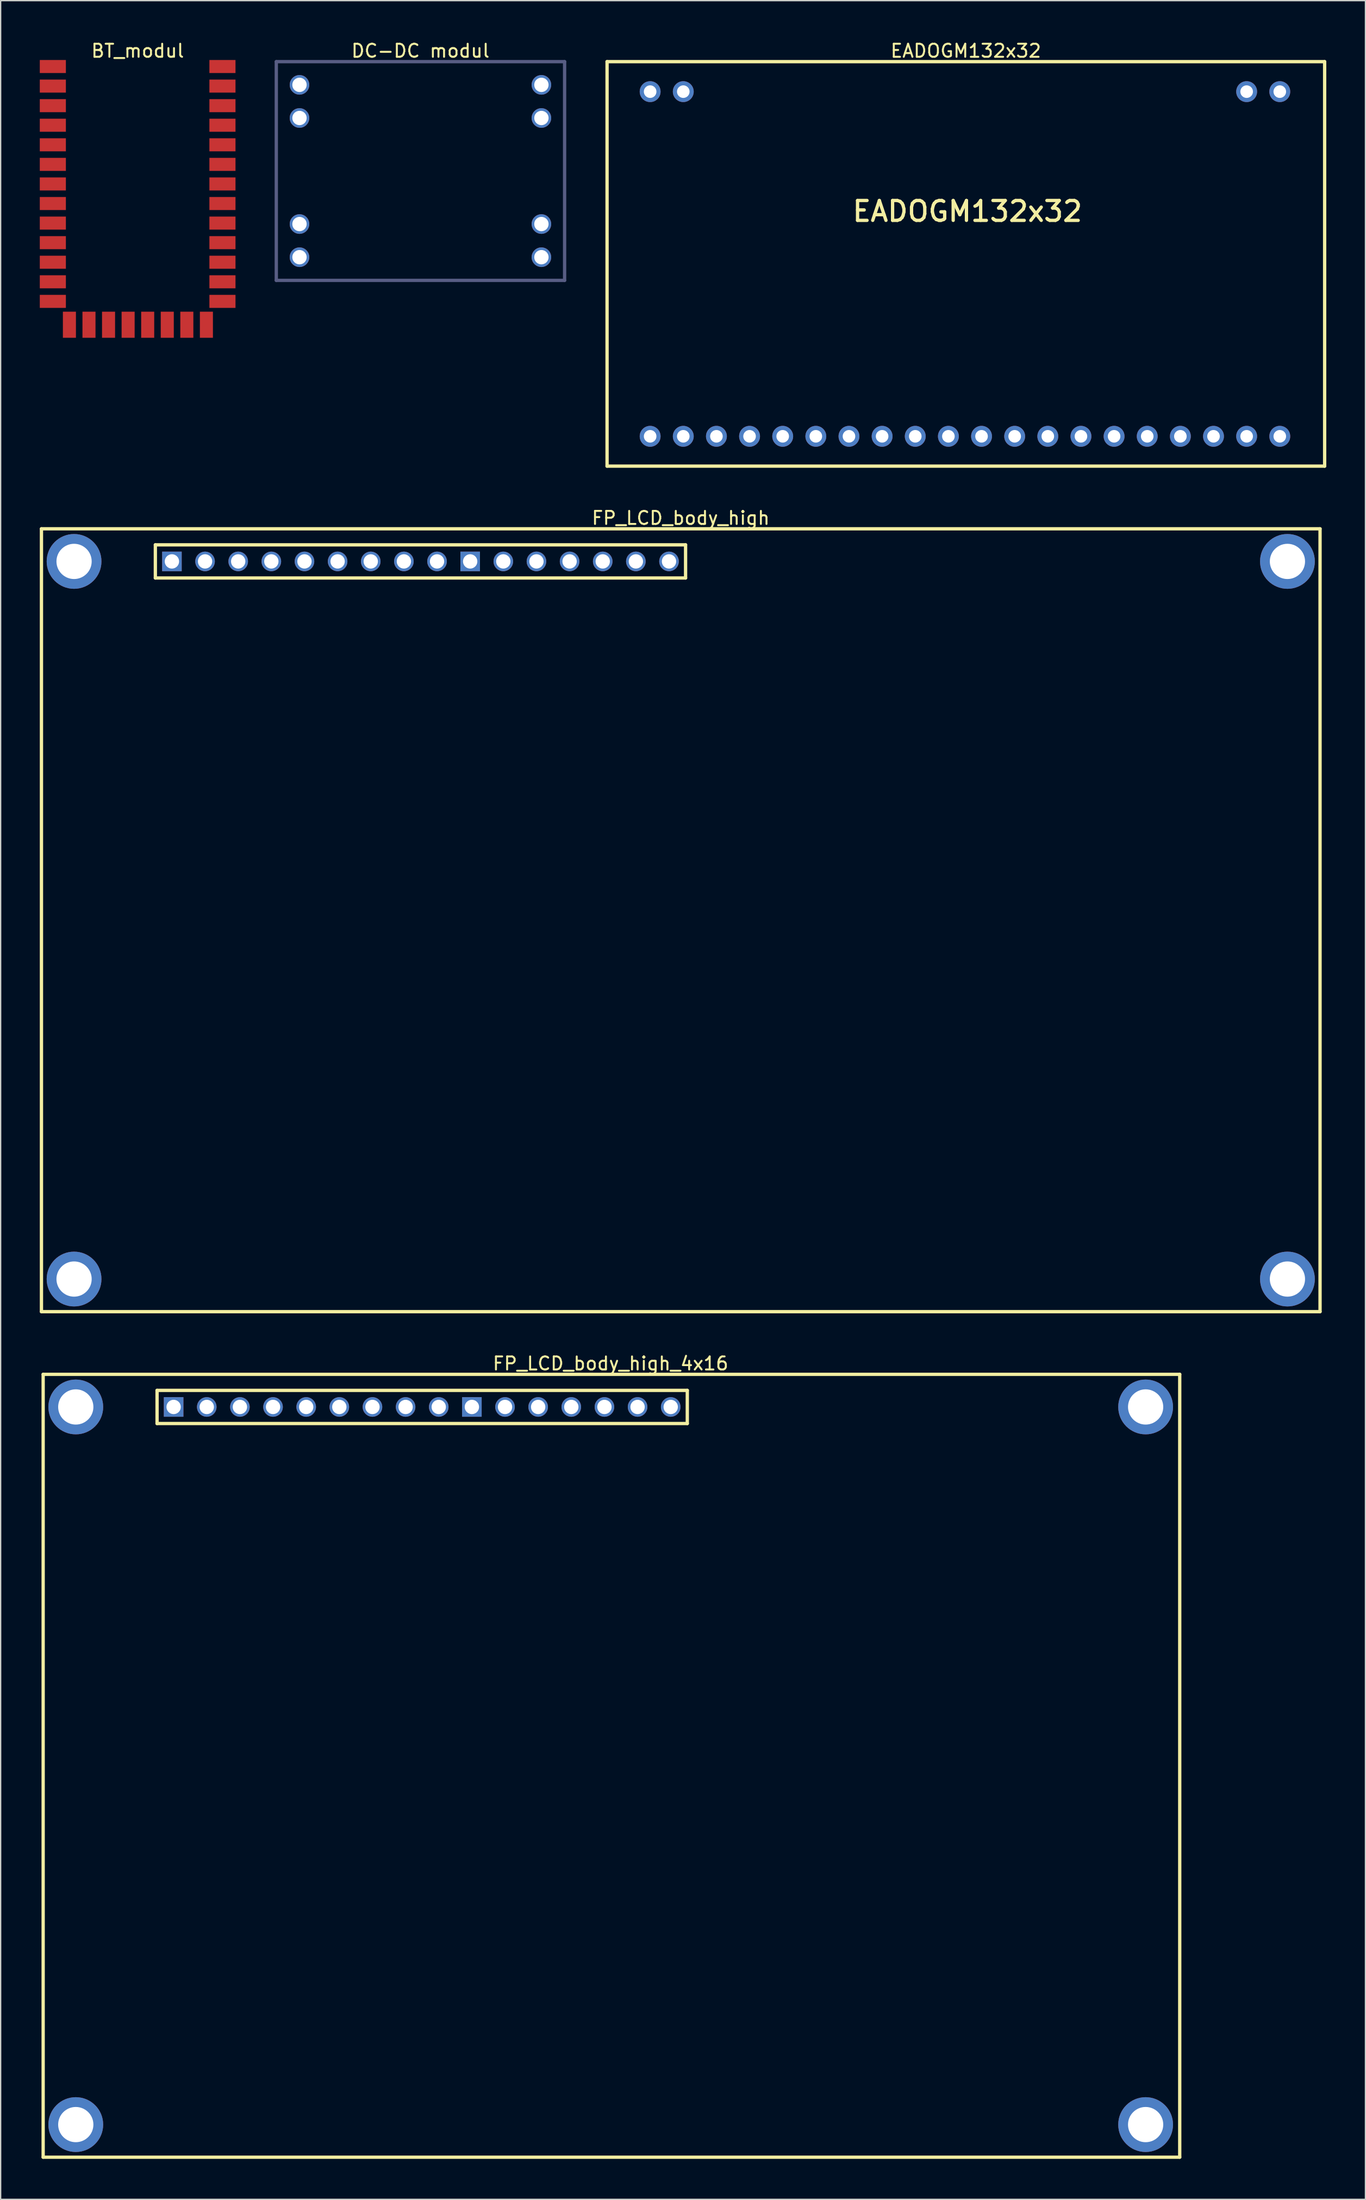
<source format=kicad_pcb>
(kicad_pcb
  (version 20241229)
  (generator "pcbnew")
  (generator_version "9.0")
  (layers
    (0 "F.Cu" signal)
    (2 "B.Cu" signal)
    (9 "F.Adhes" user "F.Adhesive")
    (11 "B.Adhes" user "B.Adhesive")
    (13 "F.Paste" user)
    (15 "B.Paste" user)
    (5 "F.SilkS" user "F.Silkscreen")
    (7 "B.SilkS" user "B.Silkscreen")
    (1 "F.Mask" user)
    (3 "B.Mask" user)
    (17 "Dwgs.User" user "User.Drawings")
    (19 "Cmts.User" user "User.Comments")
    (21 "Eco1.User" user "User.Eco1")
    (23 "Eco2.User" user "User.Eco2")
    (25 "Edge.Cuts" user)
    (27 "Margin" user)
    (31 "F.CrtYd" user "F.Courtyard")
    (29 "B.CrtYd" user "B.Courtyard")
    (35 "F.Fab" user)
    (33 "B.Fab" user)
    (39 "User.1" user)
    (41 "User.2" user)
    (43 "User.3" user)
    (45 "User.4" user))
  (footprint "EADOGM132x32"
    (layer "F.Cu")
    (at 70.911 17.181)
    (property "Reference" "EADOGM132x32" (at 0.068 -16.333 0) (layer "F.SilkS") (effects (font (size 1 1) (thickness 0.15))))
    (fp_line (start -27.432 -15.506) (end 27.568 -15.506) (stroke (width 0.254) (type solid)) (layer "F.SilkS"))
    (fp_line (start -27.432 15.494) (end -27.432 -15.506) (stroke (width 0.254) (type solid)) (layer "F.SilkS"))
    (fp_line (start -27.432 15.494) (end 27.568 15.494) (stroke (width 0.254) (type solid)) (layer "F.SilkS"))
    (fp_line (start 27.568 15.494) (end 27.568 -15.506) (stroke (width 0.254) (type solid)) (layer "F.SilkS"))
    (fp_text_box "EADOGM132x32" (start -8.712 -4.876) (end 9.316 -2.845) (margins 0 0 0 0) (layer "F.SilkS") (effects (font (size 1.524 1.524) (thickness 0.254)) (justify left top)) (border no) (stroke (width 0.1) (type default)))
    (pad "1" thru_hole circle (at 24.13 -13.208 180) (size 1.6 1.6) (drill 0.965) (layers "*.Cu" "*.Mask"))
    (pad "2" thru_hole circle (at 21.59 -13.208 180) (size 1.6 1.6) (drill 0.965) (layers "*.Cu" "*.Mask"))
    (pad "19" thru_hole circle (at -21.59 -13.208 180) (size 1.6 1.6) (drill 0.965) (layers "*.Cu" "*.Mask"))
    (pad "20" thru_hole circle (at -24.13 -13.208 180) (size 1.6 1.6) (drill 0.965) (layers "*.Cu" "*.Mask"))
    (pad "21" thru_hole circle (at -24.13 13.208 180) (size 1.6 1.6) (drill 0.965) (layers "*.Cu" "*.Mask"))
    (pad "22" thru_hole circle (at -21.59 13.208 180) (size 1.6 1.6) (drill 0.965) (layers "*.Cu" "*.Mask"))
    (pad "23" thru_hole circle (at -19.05 13.208 180) (size 1.6 1.6) (drill 0.965) (layers "*.Cu" "*.Mask"))
    (pad "24" thru_hole circle (at -16.51 13.208 180) (size 1.6 1.6) (drill 0.965) (layers "*.Cu" "*.Mask"))
    (pad "25" thru_hole circle (at -13.97 13.208 180) (size 1.6 1.6) (drill 0.965) (layers "*.Cu" "*.Mask"))
    (pad "26" thru_hole circle (at -11.43 13.208 180) (size 1.6 1.6) (drill 0.965) (layers "*.Cu" "*.Mask"))
    (pad "27" thru_hole circle (at -8.89 13.208 180) (size 1.6 1.6) (drill 0.965) (layers "*.Cu" "*.Mask"))
    (pad "28" thru_hole circle (at -6.35 13.208 180) (size 1.6 1.6) (drill 0.965) (layers "*.Cu" "*.Mask"))
    (pad "29" thru_hole circle (at -3.81 13.208 180) (size 1.6 1.6) (drill 0.965) (layers "*.Cu" "*.Mask"))
    (pad "30" thru_hole circle (at -1.27 13.208 180) (size 1.6 1.6) (drill 0.965) (layers "*.Cu" "*.Mask"))
    (pad "31" thru_hole circle (at 1.27 13.208 180) (size 1.6 1.6) (drill 0.965) (layers "*.Cu" "*.Mask"))
    (pad "32" thru_hole circle (at 3.81 13.208 180) (size 1.6 1.6) (drill 0.965) (layers "*.Cu" "*.Mask"))
    (pad "33" thru_hole circle (at 6.35 13.208 180) (size 1.6 1.6) (drill 0.965) (layers "*.Cu" "*.Mask"))
    (pad "34" thru_hole circle (at 8.89 13.208 180) (size 1.6 1.6) (drill 0.965) (layers "*.Cu" "*.Mask"))
    (pad "35" thru_hole circle (at 11.43 13.208 180) (size 1.6 1.6) (drill 0.965) (layers "*.Cu" "*.Mask"))
    (pad "36" thru_hole circle (at 13.97 13.208 180) (size 1.6 1.6) (drill 0.965) (layers "*.Cu" "*.Mask"))
    (pad "37" thru_hole circle (at 16.51 13.208 180) (size 1.6 1.6) (drill 0.965) (layers "*.Cu" "*.Mask"))
    (pad "38" thru_hole circle (at 19.05 13.208 180) (size 1.6 1.6) (drill 0.965) (layers "*.Cu" "*.Mask"))
    (pad "39" thru_hole circle (at 21.59 13.208 180) (size 1.6 1.6) (drill 0.965) (layers "*.Cu" "*.Mask"))
    (pad "40" thru_hole circle (at 24.13 13.208 180) (size 1.6 1.6) (drill 0.965) (layers "*.Cu" "*.Mask")))
  (footprint "BT_modul"
    (layer "F.Cu")
    (at 1 21.838)
    (property "Reference" "BT_modul" (at 6.5 -20.99 0) (layer "F.SilkS") (effects (font (size 1 1) (thickness 0.15))))
    (pad "1" smd rect (at -0.00003 -19.79 180) (size 2 1) (layers "F.Cu" "F.Mask" "F.Paste"))
    (pad "2" smd rect (at -0.00003 -18.29 180) (size 2 1) (layers "F.Cu" "F.Mask" "F.Paste"))
    (pad "3" smd rect (at -0.00003 -16.79 180) (size 2 1) (layers "F.Cu" "F.Mask" "F.Paste"))
    (pad "4" smd rect (at -0.00003 -15.29 180) (size 2 1) (layers "F.Cu" "F.Mask" "F.Paste"))
    (pad "5" smd rect (at -0.00003 -13.79 180) (size 2 1) (layers "F.Cu" "F.Mask" "F.Paste"))
    (pad "6" smd rect (at -0.00003 -12.29 180) (size 2 1) (layers "F.Cu" "F.Mask" "F.Paste"))
    (pad "7" smd rect (at -0.00003 -10.79 180) (size 2 1) (layers "F.Cu" "F.Mask" "F.Paste"))
    (pad "8" smd rect (at -0.00003 -9.29 180) (size 2 1) (layers "F.Cu" "F.Mask" "F.Paste"))
    (pad "9" smd rect (at -0.00003 -7.79 180) (size 2 1) (layers "F.Cu" "F.Mask" "F.Paste"))
    (pad "10" smd rect (at -0.00003 -6.29 180) (size 2 1) (layers "F.Cu" "F.Mask" "F.Paste"))
    (pad "11" smd rect (at -0.00003 -4.79 180) (size 2 1) (layers "F.Cu" "F.Mask" "F.Paste"))
    (pad "12" smd rect (at -0.00003 -3.29 180) (size 2 1) (layers "F.Cu" "F.Mask" "F.Paste"))
    (pad "13" smd rect (at -0.00003 -1.79 180) (size 2 1) (layers "F.Cu" "F.Mask" "F.Paste"))
    (pad "14" smd rect (at 1.27 0.00005 270) (size 2 1) (layers "F.Cu" "F.Mask" "F.Paste"))
    (pad "15" smd rect (at 2.77 0.00005 270) (size 2 1) (layers "F.Cu" "F.Mask" "F.Paste"))
    (pad "16" smd rect (at 4.27 0.00005 270) (size 2 1) (layers "F.Cu" "F.Mask" "F.Paste"))
    (pad "17" smd rect (at 5.77 0.00005 270) (size 2 1) (layers "F.Cu" "F.Mask" "F.Paste"))
    (pad "18" smd rect (at 7.27 0.00005 270) (size 2 1) (layers "F.Cu" "F.Mask" "F.Paste"))
    (pad "19" smd rect (at 8.77 0.00005 270) (size 2 1) (layers "F.Cu" "F.Mask" "F.Paste"))
    (pad "20" smd rect (at 10.27 0.00005 270) (size 2 1) (layers "F.Cu" "F.Mask" "F.Paste"))
    (pad "21" smd rect (at 11.77 0.00005 270) (size 2 1) (layers "F.Cu" "F.Mask" "F.Paste"))
    (pad "22" smd rect (at 13 -1.79) (size 2 1) (layers "F.Cu" "F.Mask" "F.Paste"))
    (pad "23" smd rect (at 13 -3.29) (size 2 1) (layers "F.Cu" "F.Mask" "F.Paste"))
    (pad "24" smd rect (at 13 -4.79) (size 2 1) (layers "F.Cu" "F.Mask" "F.Paste"))
    (pad "25" smd rect (at 13 -6.29) (size 2 1) (layers "F.Cu" "F.Mask" "F.Paste"))
    (pad "26" smd rect (at 13 -7.79) (size 2 1) (layers "F.Cu" "F.Mask" "F.Paste"))
    (pad "27" smd rect (at 13 -9.29) (size 2 1) (layers "F.Cu" "F.Mask" "F.Paste"))
    (pad "28" smd rect (at 13 -10.79) (size 2 1) (layers "F.Cu" "F.Mask" "F.Paste"))
    (pad "29" smd rect (at 13 -12.29) (size 2 1) (layers "F.Cu" "F.Mask" "F.Paste"))
    (pad "30" smd rect (at 13 -13.79) (size 2 1) (layers "F.Cu" "F.Mask" "F.Paste"))
    (pad "31" smd rect (at 13 -15.29) (size 2 1) (layers "F.Cu" "F.Mask" "F.Paste"))
    (pad "32" smd rect (at 13 -16.79) (size 2 1) (layers "F.Cu" "F.Mask" "F.Paste"))
    (pad "33" smd rect (at 13 -18.29) (size 2 1) (layers "F.Cu" "F.Mask" "F.Paste"))
    (pad "34" smd rect (at 13 -19.79) (size 2 1) (layers "F.Cu" "F.Mask" "F.Paste")))
  (footprint "DC-DC modul"
    (layer "F.Cu")
    (at 29.176 10.057)
    (property "Reference" "DC-DC modul" (at 0 -9.209 0) (layer "F.SilkS") (effects (font (size 1 1) (thickness 0.15))))
    (fp_line (start -11.049 -8.382) (end 11.049 -8.382) (stroke (width 0.254) (type solid)) (layer "B.Fab"))
    (fp_line (start -11.049 8.382) (end -11.049 -8.382) (stroke (width 0.254) (type solid)) (layer "B.Fab"))
    (fp_line (start -11.049 8.382) (end 11.049 8.382) (stroke (width 0.254) (type solid)) (layer "B.Fab"))
    (fp_line (start 11.049 8.382) (end 11.049 -8.382) (stroke (width 0.254) (type solid)) (layer "B.Fab"))
    (pad "1" thru_hole circle (at -9.271 -6.604 90) (size 1.5 1.5) (drill 1.1) (layers "*.Cu" "*.Mask"))
    (pad "1" thru_hole circle (at -9.271 -4.064 90) (size 1.5 1.5) (drill 1.1) (layers "*.Cu" "*.Mask"))
    (pad "2" thru_hole circle (at -9.271 4.064 90) (size 1.5 1.5) (drill 1.1) (layers "*.Cu" "*.Mask"))
    (pad "2" thru_hole circle (at -9.271 6.604 90) (size 1.5 1.5) (drill 1.1) (layers "*.Cu" "*.Mask"))
    (pad "3" thru_hole circle (at 9.271 4.064 90) (size 1.5 1.5) (drill 1.1) (layers "*.Cu" "*.Mask"))
    (pad "3" thru_hole circle (at 9.271 6.604 90) (size 1.5 1.5) (drill 1.1) (layers "*.Cu" "*.Mask"))
    (pad "4" thru_hole circle (at 9.271 -6.604 90) (size 1.5 1.5) (drill 1.1) (layers "*.Cu" "*.Mask"))
    (pad "4" thru_hole circle (at 9.271 -4.064 90) (size 1.5 1.5) (drill 1.1) (layers "*.Cu" "*.Mask")))
  (footprint "FP_LCD_body_high_4x16"
    (layer "F.Cu")
    (at 0.25 162.26)
    (property "Reference" "FP_LCD_body_high_4x16" (at 43.499 -60.807 0) (layer "F.SilkS") (effects (font (size 1 1) (thickness 0.15))))
    (fp_line (start 0.008 -59.98) (end 87.122 -59.98) (stroke (width 0.254) (type solid)) (layer "F.SilkS"))
    (fp_line (start 0.008 0.02) (end 0.008 -59.98) (stroke (width 0.254) (type solid)) (layer "F.SilkS"))
    (fp_line (start 0.008 0.02) (end 87.122 0.02) (stroke (width 0.254) (type solid)) (layer "F.SilkS"))
    (fp_line (start 8.738 -58.75) (end 49.378 -58.75) (stroke (width 0.254) (type solid)) (layer "F.SilkS"))
    (fp_line (start 8.738 -56.21) (end 8.738 -58.75) (stroke (width 0.254) (type solid)) (layer "F.SilkS"))
    (fp_line (start 8.738 -56.21) (end 49.378 -56.21) (stroke (width 0.254) (type solid)) (layer "F.SilkS"))
    (fp_line (start 49.378 -56.21) (end 49.378 -58.75) (stroke (width 0.254) (type solid)) (layer "F.SilkS"))
    (fp_line (start 87.122 0.02) (end 87.122 -59.98) (stroke (width 0.254) (type solid)) (layer "F.SilkS"))
    (pad "0" thru_hole circle (at 2.508 -57.48) (size 4.2 4.2) (drill 2.7) (layers "*.Cu" "*.Mask"))
    (pad "0" thru_hole circle (at 2.508 -2.48) (size 4.2 4.2) (drill 2.7) (layers "*.Cu" "*.Mask"))
    (pad "0" thru_hole circle (at 84.508 -57.48) (size 4.2 4.2) (drill 2.7) (layers "*.Cu" "*.Mask"))
    (pad "0" thru_hole circle (at 84.508 -2.48) (size 4.2 4.2) (drill 2.7) (layers "*.Cu" "*.Mask"))
    (pad "1" thru_hole rect (at 10.008 -57.48) (size 1.5 1.5) (drill 1.1) (layers "*.Cu" "*.Mask"))
    (pad "2" thru_hole circle (at 12.548 -57.48) (size 1.5 1.5) (drill 1.1) (layers "*.Cu" "*.Mask"))
    (pad "3" thru_hole circle (at 15.088 -57.48) (size 1.5 1.5) (drill 1.1) (layers "*.Cu" "*.Mask"))
    (pad "4" thru_hole circle (at 17.628 -57.48) (size 1.5 1.5) (drill 1.1) (layers "*.Cu" "*.Mask"))
    (pad "5" thru_hole circle (at 20.168 -57.48) (size 1.5 1.5) (drill 1.1) (layers "*.Cu" "*.Mask"))
    (pad "6" thru_hole circle (at 22.708 -57.48) (size 1.5 1.5) (drill 1.1) (layers "*.Cu" "*.Mask"))
    (pad "7" thru_hole circle (at 25.248 -57.48) (size 1.5 1.5) (drill 1.1) (layers "*.Cu" "*.Mask"))
    (pad "8" thru_hole circle (at 27.788 -57.48) (size 1.5 1.5) (drill 1.1) (layers "*.Cu" "*.Mask"))
    (pad "9" thru_hole circle (at 30.328 -57.48) (size 1.5 1.5) (drill 1.1) (layers "*.Cu" "*.Mask"))
    (pad "10" thru_hole rect (at 32.868 -57.48) (size 1.5 1.5) (drill 1.1) (layers "*.Cu" "*.Mask"))
    (pad "11" thru_hole circle (at 35.408 -57.48) (size 1.5 1.5) (drill 1.1) (layers "*.Cu" "*.Mask"))
    (pad "12" thru_hole circle (at 37.948 -57.48) (size 1.5 1.5) (drill 1.1) (layers "*.Cu" "*.Mask"))
    (pad "13" thru_hole circle (at 40.488 -57.48) (size 1.5 1.5) (drill 1.1) (layers "*.Cu" "*.Mask"))
    (pad "14" thru_hole circle (at 43.028 -57.48) (size 1.5 1.5) (drill 1.1) (layers "*.Cu" "*.Mask"))
    (pad "15" thru_hole circle (at 45.568 -57.48) (size 1.5 1.5) (drill 1.1) (layers "*.Cu" "*.Mask"))
    (pad "16" thru_hole circle (at 48.108 -57.48) (size 1.5 1.5) (drill 1.1) (layers "*.Cu" "*.Mask")))
  (footprint "FP_LCD_body_high"
    (layer "F.Cu")
    (at 10.127 39.977)
    (property "Reference" "FP_LCD_body_high" (at 39 -3.327 0) (layer "F.SilkS") (effects (font (size 1 1) (thickness 0.15))))
    (fp_line (start -10 -2.5) (end 88 -2.5) (stroke (width 0.254) (type solid)) (layer "F.SilkS"))
    (fp_line (start -10 57.5) (end -10 -2.5) (stroke (width 0.254) (type solid)) (layer "F.SilkS"))
    (fp_line (start -10 57.5) (end 88 57.5) (stroke (width 0.254) (type solid)) (layer "F.SilkS"))
    (fp_line (start -1.27 -1.27) (end 39.37 -1.27) (stroke (width 0.254) (type solid)) (layer "F.SilkS"))
    (fp_line (start -1.27 1.27) (end -1.27 -1.27) (stroke (width 0.254) (type solid)) (layer "F.SilkS"))
    (fp_line (start -1.27 1.27) (end 39.37 1.27) (stroke (width 0.254) (type solid)) (layer "F.SilkS"))
    (fp_line (start 39.37 1.27) (end 39.37 -1.27) (stroke (width 0.254) (type solid)) (layer "F.SilkS"))
    (fp_line (start 88 57.5) (end 88 -2.5) (stroke (width 0.254) (type solid)) (layer "F.SilkS"))
    (pad "0" thru_hole circle (at -7.5 0) (size 4.2 4.2) (drill 2.7) (layers "*.Cu" "*.Mask"))
    (pad "0" thru_hole circle (at -7.5 55) (size 4.2 4.2) (drill 2.7) (layers "*.Cu" "*.Mask"))
    (pad "0" thru_hole circle (at 85.5 0) (size 4.2 4.2) (drill 2.7) (layers "*.Cu" "*.Mask"))
    (pad "0" thru_hole circle (at 85.5 55) (size 4.2 4.2) (drill 2.7) (layers "*.Cu" "*.Mask"))
    (pad "1" thru_hole rect (at 0 0) (size 1.5 1.5) (drill 1.1) (layers "*.Cu" "*.Mask"))
    (pad "2" thru_hole circle (at 2.54 0) (size 1.5 1.5) (drill 1.1) (layers "*.Cu" "*.Mask"))
    (pad "3" thru_hole circle (at 5.08 0) (size 1.5 1.5) (drill 1.1) (layers "*.Cu" "*.Mask"))
    (pad "4" thru_hole circle (at 7.62 0) (size 1.5 1.5) (drill 1.1) (layers "*.Cu" "*.Mask"))
    (pad "5" thru_hole circle (at 10.16 0) (size 1.5 1.5) (drill 1.1) (layers "*.Cu" "*.Mask"))
    (pad "6" thru_hole circle (at 12.7 0) (size 1.5 1.5) (drill 1.1) (layers "*.Cu" "*.Mask"))
    (pad "7" thru_hole circle (at 15.24 0) (size 1.5 1.5) (drill 1.1) (layers "*.Cu" "*.Mask"))
    (pad "8" thru_hole circle (at 17.78 0) (size 1.5 1.5) (drill 1.1) (layers "*.Cu" "*.Mask"))
    (pad "9" thru_hole circle (at 20.32 0) (size 1.5 1.5) (drill 1.1) (layers "*.Cu" "*.Mask"))
    (pad "10" thru_hole rect (at 22.86 0) (size 1.5 1.5) (drill 1.1) (layers "*.Cu" "*.Mask"))
    (pad "11" thru_hole circle (at 25.4 0) (size 1.5 1.5) (drill 1.1) (layers "*.Cu" "*.Mask"))
    (pad "12" thru_hole circle (at 27.94 0) (size 1.5 1.5) (drill 1.1) (layers "*.Cu" "*.Mask"))
    (pad "13" thru_hole circle (at 30.48 0) (size 1.5 1.5) (drill 1.1) (layers "*.Cu" "*.Mask"))
    (pad "14" thru_hole circle (at 33.02 0) (size 1.5 1.5) (drill 1.1) (layers "*.Cu" "*.Mask"))
    (pad "15" thru_hole circle (at 35.56 0) (size 1.5 1.5) (drill 1.1) (layers "*.Cu" "*.Mask"))
    (pad "16" thru_hole circle (at 38.1 0) (size 1.5 1.5) (drill 1.1) (layers "*.Cu" "*.Mask")))
  (gr_rect
    (start -3 -3)
    (end 101.606 165.51)
    (stroke (width 0.1) (type default))
    (fill no)
    (layer "Edge.Cuts")))
</source>
